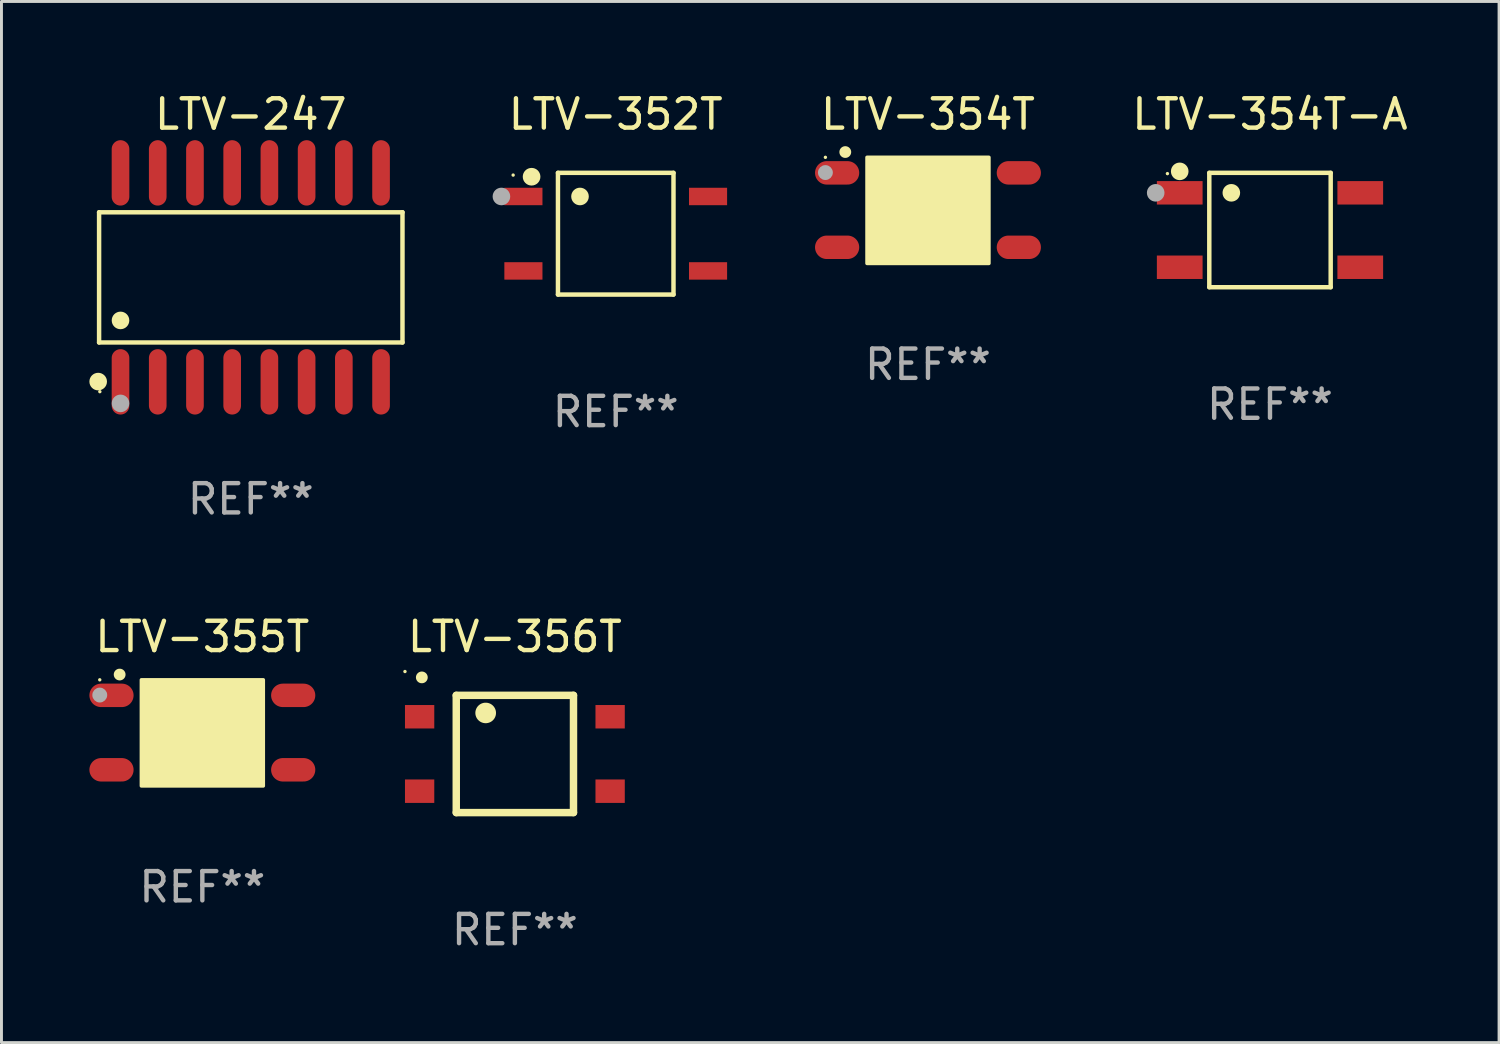
<source format=kicad_pcb>
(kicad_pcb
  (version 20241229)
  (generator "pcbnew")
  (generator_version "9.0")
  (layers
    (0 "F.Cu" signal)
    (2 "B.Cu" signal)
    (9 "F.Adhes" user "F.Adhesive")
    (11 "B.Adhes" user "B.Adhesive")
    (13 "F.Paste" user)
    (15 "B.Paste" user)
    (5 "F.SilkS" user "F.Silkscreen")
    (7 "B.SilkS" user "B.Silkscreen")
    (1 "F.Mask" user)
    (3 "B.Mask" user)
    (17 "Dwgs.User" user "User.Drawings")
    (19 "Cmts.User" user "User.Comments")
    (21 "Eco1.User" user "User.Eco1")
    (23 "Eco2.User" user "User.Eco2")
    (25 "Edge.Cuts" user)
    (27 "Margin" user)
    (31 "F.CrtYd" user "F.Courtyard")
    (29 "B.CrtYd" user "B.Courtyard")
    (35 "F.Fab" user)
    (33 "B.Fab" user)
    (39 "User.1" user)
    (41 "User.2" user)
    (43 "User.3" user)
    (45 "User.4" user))
  (footprint "LTV-355T"
    (layer "F.Cu")
    (at 3.854 21.946)
    (property "Reference" "LTV-355T" (at 0 -3.27 0) (layer "F.SilkS") (effects (font (size 1 1) (thickness 0.15))))
    (attr through_hole)
    (fp_arc (start -2.822555 -1.98001) (mid -2.821285 -1.980014) (end -2.820015 -1.98001) (stroke (width 0.4) (type solid)) (layer "F.SilkS"))
    (fp_circle (center -3.5 -1.8) (end -3.47 -1.8) (stroke (width 0.06) (type solid)) (fill no) (layer "F.SilkS"))
    (fp_poly (pts (xy -2.08 -1.8) (xy 2.08 -1.8) (xy 2.08 1.82) (xy -2.08 1.82)) (stroke (width 0.12) (type solid)) (fill yes) (layer "F.SilkS"))
    (fp_circle (center -3.5 -1.28) (end -3.373 -1.28) (stroke (width 0.254) (type solid)) (fill no) (layer "F.Fab"))
    (fp_text user "REF**" (at 0 5.27 0) (layer "F.Fab") (effects (font (size 1 1) (thickness 0.15))))
    (pad "1" smd oval (at -3.1 -1.27 270) (size 0.8 1.508) (layers "F.Cu" "F.Mask" "F.Paste"))
    (pad "2" smd oval (at -3.1 1.27 270) (size 0.8 1.508) (layers "F.Cu" "F.Mask" "F.Paste"))
    (pad "3" smd oval (at 3.1 1.27 270) (size 0.8 1.508) (layers "F.Cu" "F.Mask" "F.Paste"))
    (pad "4" smd oval (at 3.1 -1.27 270) (size 0.8 1.508) (layers "F.Cu" "F.Mask" "F.Paste")))
  (footprint "LTV-352T"
    (layer "F.Cu")
    (at 17.959 4.924)
    (property "Reference" "LTV-352T" (at 0 -4.076 0) (layer "F.SilkS") (effects (font (size 1 1) (thickness 0.15))))
    (attr through_hole)
    (fp_line (start -1.971 -2.076) (end 1.971 -2.076) (stroke (width 0.152) (type solid)) (layer "F.SilkS"))
    (fp_line (start -1.971 2.076) (end -1.971 -2.076) (stroke (width 0.152) (type solid)) (layer "F.SilkS"))
    (fp_line (start 1.971 -2.076) (end 1.971 2.076) (stroke (width 0.152) (type solid)) (layer "F.SilkS"))
    (fp_line (start 1.971 2.076) (end -1.971 2.076) (stroke (width 0.152) (type solid)) (layer "F.SilkS"))
    (fp_circle (center -3.5 -2) (end -3.47 -2) (stroke (width 0.06) (type solid)) (fill no) (layer "F.SilkS"))
    (fp_circle (center -2.871 -1.944) (end -2.72 -1.944) (stroke (width 0.3) (type solid)) (fill no) (layer "F.SilkS"))
    (fp_circle (center -1.219 -1.27) (end -1.069 -1.27) (stroke (width 0.3) (type solid)) (fill no) (layer "F.SilkS"))
    (fp_circle (center -3.9 -1.27) (end -3.75 -1.27) (stroke (width 0.3) (type solid)) (fill no) (layer "F.Fab"))
    (fp_text user "REF**" (at 0 6.076 0) (layer "F.Fab") (effects (font (size 1 1) (thickness 0.15))))
    (pad "1" smd rect (at -3.15 -1.27 270) (size 0.595 1.3) (layers "F.Cu" "F.Mask" "F.Paste"))
    (pad "2" smd rect (at -3.15 1.27 270) (size 0.595 1.3) (layers "F.Cu" "F.Mask" "F.Paste"))
    (pad "3" smd rect (at 3.15 1.27 270) (size 0.595 1.3) (layers "F.Cu" "F.Mask" "F.Paste"))
    (pad "4" smd rect (at 3.15 -1.27 270) (size 0.595 1.3) (layers "F.Cu" "F.Mask" "F.Paste")))
  (footprint "LTV-247"
    (layer "F.Cu")
    (at 5.507 6.414)
    (property "Reference" "LTV-247" (at 0 -5.565 0) (layer "F.SilkS") (effects (font (size 1 1) (thickness 0.15))))
    (attr through_hole)
    (fp_line (start -5.176 -2.221) (end 5.176 -2.221) (stroke (width 0.152) (type solid)) (layer "F.SilkS"))
    (fp_line (start -5.176 2.221) (end -5.176 -2.221) (stroke (width 0.152) (type solid)) (layer "F.SilkS"))
    (fp_line (start 5.176 -2.221) (end 5.176 2.221) (stroke (width 0.152) (type solid)) (layer "F.SilkS"))
    (fp_line (start 5.176 2.221) (end -5.176 2.221) (stroke (width 0.152) (type solid)) (layer "F.SilkS"))
    (fp_circle (center -5.207 3.556) (end -5.057 3.556) (stroke (width 0.3) (type solid)) (fill no) (layer "F.SilkS"))
    (fp_circle (center -5.15 3.9) (end -5.12 3.9) (stroke (width 0.06) (type solid)) (fill no) (layer "F.SilkS"))
    (fp_circle (center -4.445 1.469) (end -4.295 1.469) (stroke (width 0.3) (type solid)) (fill no) (layer "F.SilkS"))
    (fp_circle (center -4.445 4.3) (end -4.295 4.3) (stroke (width 0.3) (type solid)) (fill no) (layer "F.Fab"))
    (fp_text user "REF**" (at 0 7.565 0) (layer "F.Fab") (effects (font (size 1 1) (thickness 0.15))))
    (pad "1" smd oval (at -4.445 3.565) (size 0.602 2.231) (layers "F.Cu" "F.Mask" "F.Paste"))
    (pad "2" smd oval (at -3.175 3.565) (size 0.602 2.231) (layers "F.Cu" "F.Mask" "F.Paste"))
    (pad "3" smd oval (at -1.905 3.565) (size 0.602 2.231) (layers "F.Cu" "F.Mask" "F.Paste"))
    (pad "4" smd oval (at -0.635 3.565) (size 0.602 2.231) (layers "F.Cu" "F.Mask" "F.Paste"))
    (pad "5" smd oval (at 0.635 3.565) (size 0.602 2.231) (layers "F.Cu" "F.Mask" "F.Paste"))
    (pad "6" smd oval (at 1.905 3.565) (size 0.602 2.231) (layers "F.Cu" "F.Mask" "F.Paste"))
    (pad "7" smd oval (at 3.175 3.565) (size 0.602 2.231) (layers "F.Cu" "F.Mask" "F.Paste"))
    (pad "8" smd oval (at 4.445 3.565) (size 0.602 2.231) (layers "F.Cu" "F.Mask" "F.Paste"))
    (pad "9" smd oval (at 4.445 -3.565) (size 0.602 2.231) (layers "F.Cu" "F.Mask" "F.Paste"))
    (pad "10" smd oval (at 3.175 -3.565) (size 0.602 2.231) (layers "F.Cu" "F.Mask" "F.Paste"))
    (pad "11" smd oval (at 1.905 -3.565) (size 0.602 2.231) (layers "F.Cu" "F.Mask" "F.Paste"))
    (pad "12" smd oval (at 0.635 -3.565) (size 0.602 2.231) (layers "F.Cu" "F.Mask" "F.Paste"))
    (pad "13" smd oval (at -0.635 -3.565) (size 0.602 2.231) (layers "F.Cu" "F.Mask" "F.Paste"))
    (pad "14" smd oval (at -1.905 -3.565) (size 0.602 2.231) (layers "F.Cu" "F.Mask" "F.Paste"))
    (pad "15" smd oval (at -3.175 -3.565) (size 0.602 2.231) (layers "F.Cu" "F.Mask" "F.Paste"))
    (pad "16" smd oval (at -4.445 -3.565) (size 0.602 2.231) (layers "F.Cu" "F.Mask" "F.Paste")))
  (footprint "LTV-354T-A"
    (layer "F.Cu")
    (at 40.283 4.799)
    (property "Reference" "LTV-354T-A" (at 0 -3.951 0) (layer "F.SilkS") (effects (font (size 1 1) (thickness 0.15))))
    (attr through_hole)
    (fp_line (start -2.071 -1.951) (end 2.071 -1.951) (stroke (width 0.152) (type solid)) (layer "F.SilkS"))
    (fp_line (start -2.071 1.951) (end -2.071 -1.951) (stroke (width 0.152) (type solid)) (layer "F.SilkS"))
    (fp_line (start 2.071 -1.951) (end 2.071 1.951) (stroke (width 0.152) (type solid)) (layer "F.SilkS"))
    (fp_line (start 2.071 1.951) (end -2.071 1.951) (stroke (width 0.152) (type solid)) (layer "F.SilkS"))
    (fp_circle (center -3.5 -1.925) (end -3.47 -1.925) (stroke (width 0.06) (type solid)) (fill no) (layer "F.SilkS"))
    (fp_circle (center -3.08 -2.002) (end -2.93 -2.002) (stroke (width 0.3) (type solid)) (fill no) (layer "F.SilkS"))
    (fp_circle (center -1.319 -1.27) (end -1.169 -1.27) (stroke (width 0.3) (type solid)) (fill no) (layer "F.SilkS"))
    (fp_circle (center -3.9 -1.27) (end -3.75 -1.27) (stroke (width 0.3) (type solid)) (fill no) (layer "F.Fab"))
    (fp_text user "REF**" (at 0 5.951 0) (layer "F.Fab") (effects (font (size 1 1) (thickness 0.15))))
    (pad "1" smd rect (at -3.08 -1.27) (size 1.56 0.8) (layers "F.Cu" "F.Mask" "F.Paste"))
    (pad "2" smd rect (at -3.08 1.27) (size 1.56 0.8) (layers "F.Cu" "F.Mask" "F.Paste"))
    (pad "3" smd rect (at 3.08 1.27) (size 1.56 0.8) (layers "F.Cu" "F.Mask" "F.Paste"))
    (pad "4" smd rect (at 3.08 -1.27) (size 1.56 0.8) (layers "F.Cu" "F.Mask" "F.Paste")))
  (footprint "LTV-356T"
    (layer "F.Cu")
    (at 14.518 22.676)
    (property "Reference" "LTV-356T" (at 0 -4.001 0) (layer "F.SilkS") (effects (font (size 1 1) (thickness 0.15))))
    (attr through_hole)
    (fp_line (start -2 2.001) (end -2 -2) (stroke (width 0.254) (type solid)) (layer "F.SilkS"))
    (fp_line (start -2 2) (end 2 2) (stroke (width 0.254) (type solid)) (layer "F.SilkS"))
    (fp_line (start 2 2) (end 2 -2.001) (stroke (width 0.254) (type solid)) (layer "F.SilkS"))
    (fp_line (start 2 -2) (end -2 -2) (stroke (width 0.254) (type solid)) (layer "F.SilkS"))
    (fp_arc (start -3.176251 -2.612865) (mid -3.174981 -2.612869) (end -3.173711 -2.612865) (stroke (width 0.4) (type solid)) (layer "F.SilkS"))
    (fp_arc (start -0.998984 -1.40014) (mid -0.996444 -1.400149) (end -0.993904 -1.40014) (stroke (width 0.700003) (type solid)) (layer "F.SilkS"))
    (fp_circle (center -3.75 -2.813) (end -3.72 -2.813) (stroke (width 0.06) (type solid)) (fill no) (layer "F.SilkS"))
    (fp_text user "REF**" (at 0 6.001 0) (layer "F.Fab") (effects (font (size 1 1) (thickness 0.15))))
    (pad "1" smd rect (at -3.25 -1.27) (size 1 0.8) (layers "F.Cu" "F.Mask" "F.Paste"))
    (pad "2" smd rect (at -3.25 1.27) (size 1 0.8) (layers "F.Cu" "F.Mask" "F.Paste"))
    (pad "3" smd rect (at 3.25 1.27) (size 1 0.8) (layers "F.Cu" "F.Mask" "F.Paste"))
    (pad "4" smd rect (at 3.25 -1.27) (size 1 0.8) (layers "F.Cu" "F.Mask" "F.Paste")))
  (footprint "LTV-354T"
    (layer "F.Cu")
    (at 28.613 4.118)
    (property "Reference" "LTV-354T" (at 0 -3.27 0) (layer "F.SilkS") (effects (font (size 1 1) (thickness 0.15))))
    (attr through_hole)
    (fp_arc (start -2.822555 -1.98001) (mid -2.821285 -1.980014) (end -2.820015 -1.98001) (stroke (width 0.4) (type solid)) (layer "F.SilkS"))
    (fp_circle (center -3.5 -1.8) (end -3.47 -1.8) (stroke (width 0.06) (type solid)) (fill no) (layer "F.SilkS"))
    (fp_poly (pts (xy -2.08 -1.8) (xy 2.08 -1.8) (xy 2.08 1.82) (xy -2.08 1.82)) (stroke (width 0.12) (type solid)) (fill yes) (layer "F.SilkS"))
    (fp_circle (center -3.5 -1.28) (end -3.373 -1.28) (stroke (width 0.254) (type solid)) (fill no) (layer "F.Fab"))
    (fp_text user "REF**" (at 0 5.27 0) (layer "F.Fab") (effects (font (size 1 1) (thickness 0.15))))
    (pad "1" smd oval (at -3.1 -1.27 270) (size 0.8 1.508) (layers "F.Cu" "F.Mask" "F.Paste"))
    (pad "2" smd oval (at -3.1 1.27 270) (size 0.8 1.508) (layers "F.Cu" "F.Mask" "F.Paste"))
    (pad "3" smd oval (at 3.1 1.27 270) (size 0.8 1.508) (layers "F.Cu" "F.Mask" "F.Paste"))
    (pad "4" smd oval (at 3.1 -1.27 270) (size 0.8 1.508) (layers "F.Cu" "F.Mask" "F.Paste")))
  (gr_rect
    (start -3 -3)
    (end 48.099 32.525)
    (stroke (width 0.1) (type default))
    (fill no)
    (layer "Edge.Cuts")))
</source>
